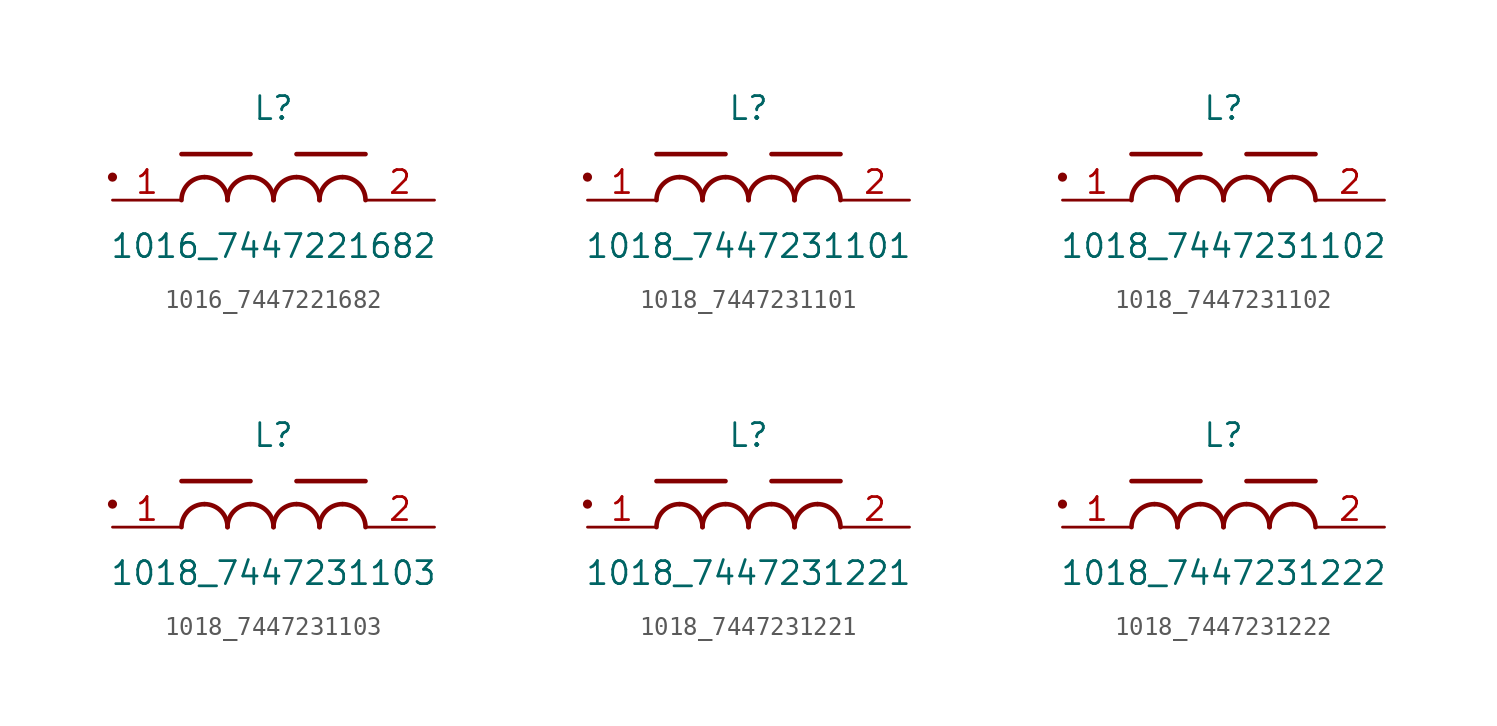
<source format=kicad_sym>
(kicad_symbol_lib
  (version 20211014)
  (generator kicad_symbol_editor)
  (symbol "Inductor_Wurth_WE-TI:1016_7447221682"
    (pin_names hide)
    (property "Reference" "L"
      (at 0 5.08 0)
      (effects (font (size 1.27 1.27))))
    (property "Value" "1016_7447221682"
      (at 0 -2.54 0)
      (effects (font (size 1.27 1.27))))
    (symbol "1016_7447221682_0_1"
      (circle (center -8.89 1.27) (radius 0.0001) (stroke (width 0.254)) (stroke (width 0.254) (type default) (color 0 0 0 0)) (fill (type none)))
      (arc (start -3.81 1.27) (mid -4.708 0.898) (end -5.08 0) (stroke (width 0.254) (type default) (color 0 0 0 0)) (fill (type none)))
      (arc (start -2.54 0) (mid -2.912 0.898) (end -3.81 1.27) (stroke (width 0.254) (type default) (color 0 0 0 0)) (fill (type none)))
      (arc (start -1.2699 1.2701) (mid -2.1679 0.8981) (end -2.5399 0.0001) (stroke (width 0.254) (type default) (color 0 0 0 0)) (fill (type none)))
      (polyline (pts (xy -5.08 2.54) (xy -1.27 2.54)) (stroke (width 0.254) (type default) (color 0 0 0 0)) (fill (type none)))
      (polyline (pts (xy 5.08 2.54) (xy 1.27 2.54)) (stroke (width 0.254) (type default) (color 0 0 0 0)) (fill (type none)))
      (arc (start 0.0001 0.0001) (mid -0.3719 0.8981) (end -1.2699 1.2701) (stroke (width 0.254) (type default) (color 0 0 0 0)) (fill (type none)))
      (arc (start 1.2701 1.2701) (mid 0.3721 0.8981) (end 0.0001 0.0001) (stroke (width 0.254) (type default) (color 0 0 0 0)) (fill (type none)))
      (arc (start 2.5401 0.0001) (mid 2.1681 0.8981) (end 1.2701 1.2701) (stroke (width 0.254) (type default) (color 0 0 0 0)) (fill (type none)))
      (arc (start 3.8101 1.2701) (mid 2.9121 0.8981) (end 2.5401 0.0001) (stroke (width 0.254) (type default) (color 0 0 0 0)) (fill (type none)))
      (arc (start 5.0801 0.0001) (mid 4.7081 0.8981) (end 3.8101 1.2701) (stroke (width 0.254) (type default) (color 0 0 0 0)) (fill (type none))))
    (symbol "1016_7447221682_1_1"
      (pin passive line (at -8.89 0 0) (length 3.81) (name "1" (effects (font (size 1.27 1.27)))) (number "1" (effects (font (size 1.27 1.27)))))
      (pin passive line (at 8.89 0 180) (length 3.81) (name "2" (effects (font (size 1.27 1.27)))) (number "2" (effects (font (size 1.27 1.27)))))))
  (symbol "Inductor_Wurth_WE-TI:1018_7447231101"
    (pin_names hide)
    (property "Reference" "L"
      (at 0 5.08 0)
      (effects (font (size 1.27 1.27))))
    (property "Value" "1018_7447231101"
      (at 0 -2.54 0)
      (effects (font (size 1.27 1.27))))
    (symbol "1018_7447231101_0_1"
      (circle (center -8.89 1.27) (radius 0.0001) (stroke (width 0.254)) (stroke (width 0.254) (type default) (color 0 0 0 0)) (fill (type none)))
      (arc (start -3.81 1.27) (mid -4.708 0.898) (end -5.08 0) (stroke (width 0.254) (type default) (color 0 0 0 0)) (fill (type none)))
      (arc (start -2.54 0) (mid -2.912 0.898) (end -3.81 1.27) (stroke (width 0.254) (type default) (color 0 0 0 0)) (fill (type none)))
      (arc (start -1.2699 1.2701) (mid -2.1679 0.8981) (end -2.5399 0.0001) (stroke (width 0.254) (type default) (color 0 0 0 0)) (fill (type none)))
      (polyline (pts (xy -5.08 2.54) (xy -1.27 2.54)) (stroke (width 0.254) (type default) (color 0 0 0 0)) (fill (type none)))
      (polyline (pts (xy 5.08 2.54) (xy 1.27 2.54)) (stroke (width 0.254) (type default) (color 0 0 0 0)) (fill (type none)))
      (arc (start 0.0001 0.0001) (mid -0.3719 0.8981) (end -1.2699 1.2701) (stroke (width 0.254) (type default) (color 0 0 0 0)) (fill (type none)))
      (arc (start 1.2701 1.2701) (mid 0.3721 0.8981) (end 0.0001 0.0001) (stroke (width 0.254) (type default) (color 0 0 0 0)) (fill (type none)))
      (arc (start 2.5401 0.0001) (mid 2.1681 0.8981) (end 1.2701 1.2701) (stroke (width 0.254) (type default) (color 0 0 0 0)) (fill (type none)))
      (arc (start 3.8101 1.2701) (mid 2.9121 0.8981) (end 2.5401 0.0001) (stroke (width 0.254) (type default) (color 0 0 0 0)) (fill (type none)))
      (arc (start 5.0801 0.0001) (mid 4.7081 0.8981) (end 3.8101 1.2701) (stroke (width 0.254) (type default) (color 0 0 0 0)) (fill (type none))))
    (symbol "1018_7447231101_1_1"
      (pin passive line (at -8.89 0 0) (length 3.81) (name "1" (effects (font (size 1.27 1.27)))) (number "1" (effects (font (size 1.27 1.27)))))
      (pin passive line (at 8.89 0 180) (length 3.81) (name "2" (effects (font (size 1.27 1.27)))) (number "2" (effects (font (size 1.27 1.27)))))))
  (symbol "Inductor_Wurth_WE-TI:1018_7447231102"
    (pin_names hide)
    (property "Reference" "L"
      (at 0 5.08 0)
      (effects (font (size 1.27 1.27))))
    (property "Value" "1018_7447231102"
      (at 0 -2.54 0)
      (effects (font (size 1.27 1.27))))
    (symbol "1018_7447231102_0_1"
      (circle (center -8.89 1.27) (radius 0.0001) (stroke (width 0.254)) (stroke (width 0.254) (type default) (color 0 0 0 0)) (fill (type none)))
      (arc (start -3.81 1.27) (mid -4.708 0.898) (end -5.08 0) (stroke (width 0.254) (type default) (color 0 0 0 0)) (fill (type none)))
      (arc (start -2.54 0) (mid -2.912 0.898) (end -3.81 1.27) (stroke (width 0.254) (type default) (color 0 0 0 0)) (fill (type none)))
      (arc (start -1.2699 1.2701) (mid -2.1679 0.8981) (end -2.5399 0.0001) (stroke (width 0.254) (type default) (color 0 0 0 0)) (fill (type none)))
      (polyline (pts (xy -5.08 2.54) (xy -1.27 2.54)) (stroke (width 0.254) (type default) (color 0 0 0 0)) (fill (type none)))
      (polyline (pts (xy 5.08 2.54) (xy 1.27 2.54)) (stroke (width 0.254) (type default) (color 0 0 0 0)) (fill (type none)))
      (arc (start 0.0001 0.0001) (mid -0.3719 0.8981) (end -1.2699 1.2701) (stroke (width 0.254) (type default) (color 0 0 0 0)) (fill (type none)))
      (arc (start 1.2701 1.2701) (mid 0.3721 0.8981) (end 0.0001 0.0001) (stroke (width 0.254) (type default) (color 0 0 0 0)) (fill (type none)))
      (arc (start 2.5401 0.0001) (mid 2.1681 0.8981) (end 1.2701 1.2701) (stroke (width 0.254) (type default) (color 0 0 0 0)) (fill (type none)))
      (arc (start 3.8101 1.2701) (mid 2.9121 0.8981) (end 2.5401 0.0001) (stroke (width 0.254) (type default) (color 0 0 0 0)) (fill (type none)))
      (arc (start 5.0801 0.0001) (mid 4.7081 0.8981) (end 3.8101 1.2701) (stroke (width 0.254) (type default) (color 0 0 0 0)) (fill (type none))))
    (symbol "1018_7447231102_1_1"
      (pin passive line (at -8.89 0 0) (length 3.81) (name "1" (effects (font (size 1.27 1.27)))) (number "1" (effects (font (size 1.27 1.27)))))
      (pin passive line (at 8.89 0 180) (length 3.81) (name "2" (effects (font (size 1.27 1.27)))) (number "2" (effects (font (size 1.27 1.27)))))))
  (symbol "Inductor_Wurth_WE-TI:1018_7447231103"
    (pin_names hide)
    (property "Reference" "L"
      (at 0 5.08 0)
      (effects (font (size 1.27 1.27))))
    (property "Value" "1018_7447231103"
      (at 0 -2.54 0)
      (effects (font (size 1.27 1.27))))
    (symbol "1018_7447231103_0_1"
      (circle (center -8.89 1.27) (radius 0.0001) (stroke (width 0.254)) (stroke (width 0.254) (type default) (color 0 0 0 0)) (fill (type none)))
      (arc (start -3.81 1.27) (mid -4.708 0.898) (end -5.08 0) (stroke (width 0.254) (type default) (color 0 0 0 0)) (fill (type none)))
      (arc (start -2.54 0) (mid -2.912 0.898) (end -3.81 1.27) (stroke (width 0.254) (type default) (color 0 0 0 0)) (fill (type none)))
      (arc (start -1.2699 1.2701) (mid -2.1679 0.8981) (end -2.5399 0.0001) (stroke (width 0.254) (type default) (color 0 0 0 0)) (fill (type none)))
      (polyline (pts (xy -5.08 2.54) (xy -1.27 2.54)) (stroke (width 0.254) (type default) (color 0 0 0 0)) (fill (type none)))
      (polyline (pts (xy 5.08 2.54) (xy 1.27 2.54)) (stroke (width 0.254) (type default) (color 0 0 0 0)) (fill (type none)))
      (arc (start 0.0001 0.0001) (mid -0.3719 0.8981) (end -1.2699 1.2701) (stroke (width 0.254) (type default) (color 0 0 0 0)) (fill (type none)))
      (arc (start 1.2701 1.2701) (mid 0.3721 0.8981) (end 0.0001 0.0001) (stroke (width 0.254) (type default) (color 0 0 0 0)) (fill (type none)))
      (arc (start 2.5401 0.0001) (mid 2.1681 0.8981) (end 1.2701 1.2701) (stroke (width 0.254) (type default) (color 0 0 0 0)) (fill (type none)))
      (arc (start 3.8101 1.2701) (mid 2.9121 0.8981) (end 2.5401 0.0001) (stroke (width 0.254) (type default) (color 0 0 0 0)) (fill (type none)))
      (arc (start 5.0801 0.0001) (mid 4.7081 0.8981) (end 3.8101 1.2701) (stroke (width 0.254) (type default) (color 0 0 0 0)) (fill (type none))))
    (symbol "1018_7447231103_1_1"
      (pin passive line (at -8.89 0 0) (length 3.81) (name "1" (effects (font (size 1.27 1.27)))) (number "1" (effects (font (size 1.27 1.27)))))
      (pin passive line (at 8.89 0 180) (length 3.81) (name "2" (effects (font (size 1.27 1.27)))) (number "2" (effects (font (size 1.27 1.27)))))))
  (symbol "Inductor_Wurth_WE-TI:1018_7447231221"
    (pin_names hide)
    (property "Reference" "L"
      (at 0 5.08 0)
      (effects (font (size 1.27 1.27))))
    (property "Value" "1018_7447231221"
      (at 0 -2.54 0)
      (effects (font (size 1.27 1.27))))
    (symbol "1018_7447231221_0_1"
      (circle (center -8.89 1.27) (radius 0.0001) (stroke (width 0.254)) (stroke (width 0.254) (type default) (color 0 0 0 0)) (fill (type none)))
      (arc (start -3.81 1.27) (mid -4.708 0.898) (end -5.08 0) (stroke (width 0.254) (type default) (color 0 0 0 0)) (fill (type none)))
      (arc (start -2.54 0) (mid -2.912 0.898) (end -3.81 1.27) (stroke (width 0.254) (type default) (color 0 0 0 0)) (fill (type none)))
      (arc (start -1.2699 1.2701) (mid -2.1679 0.8981) (end -2.5399 0.0001) (stroke (width 0.254) (type default) (color 0 0 0 0)) (fill (type none)))
      (polyline (pts (xy -5.08 2.54) (xy -1.27 2.54)) (stroke (width 0.254) (type default) (color 0 0 0 0)) (fill (type none)))
      (polyline (pts (xy 5.08 2.54) (xy 1.27 2.54)) (stroke (width 0.254) (type default) (color 0 0 0 0)) (fill (type none)))
      (arc (start 0.0001 0.0001) (mid -0.3719 0.8981) (end -1.2699 1.2701) (stroke (width 0.254) (type default) (color 0 0 0 0)) (fill (type none)))
      (arc (start 1.2701 1.2701) (mid 0.3721 0.8981) (end 0.0001 0.0001) (stroke (width 0.254) (type default) (color 0 0 0 0)) (fill (type none)))
      (arc (start 2.5401 0.0001) (mid 2.1681 0.8981) (end 1.2701 1.2701) (stroke (width 0.254) (type default) (color 0 0 0 0)) (fill (type none)))
      (arc (start 3.8101 1.2701) (mid 2.9121 0.8981) (end 2.5401 0.0001) (stroke (width 0.254) (type default) (color 0 0 0 0)) (fill (type none)))
      (arc (start 5.0801 0.0001) (mid 4.7081 0.8981) (end 3.8101 1.2701) (stroke (width 0.254) (type default) (color 0 0 0 0)) (fill (type none))))
    (symbol "1018_7447231221_1_1"
      (pin passive line (at -8.89 0 0) (length 3.81) (name "1" (effects (font (size 1.27 1.27)))) (number "1" (effects (font (size 1.27 1.27)))))
      (pin passive line (at 8.89 0 180) (length 3.81) (name "2" (effects (font (size 1.27 1.27)))) (number "2" (effects (font (size 1.27 1.27)))))))
  (symbol "Inductor_Wurth_WE-TI:1018_7447231222"
    (pin_names hide)
    (property "Reference" "L"
      (at 0 5.08 0)
      (effects (font (size 1.27 1.27))))
    (property "Value" "1018_7447231222"
      (at 0 -2.54 0)
      (effects (font (size 1.27 1.27))))
    (symbol "1018_7447231222_0_1"
      (circle (center -8.89 1.27) (radius 0.0001) (stroke (width 0.254)) (stroke (width 0.254) (type default) (color 0 0 0 0)) (fill (type none)))
      (arc (start -3.81 1.27) (mid -4.708 0.898) (end -5.08 0) (stroke (width 0.254) (type default) (color 0 0 0 0)) (fill (type none)))
      (arc (start -2.54 0) (mid -2.912 0.898) (end -3.81 1.27) (stroke (width 0.254) (type default) (color 0 0 0 0)) (fill (type none)))
      (arc (start -1.2699 1.2701) (mid -2.1679 0.8981) (end -2.5399 0.0001) (stroke (width 0.254) (type default) (color 0 0 0 0)) (fill (type none)))
      (polyline (pts (xy -5.08 2.54) (xy -1.27 2.54)) (stroke (width 0.254) (type default) (color 0 0 0 0)) (fill (type none)))
      (polyline (pts (xy 5.08 2.54) (xy 1.27 2.54)) (stroke (width 0.254) (type default) (color 0 0 0 0)) (fill (type none)))
      (arc (start 0.0001 0.0001) (mid -0.3719 0.8981) (end -1.2699 1.2701) (stroke (width 0.254) (type default) (color 0 0 0 0)) (fill (type none)))
      (arc (start 1.2701 1.2701) (mid 0.3721 0.8981) (end 0.0001 0.0001) (stroke (width 0.254) (type default) (color 0 0 0 0)) (fill (type none)))
      (arc (start 2.5401 0.0001) (mid 2.1681 0.8981) (end 1.2701 1.2701) (stroke (width 0.254) (type default) (color 0 0 0 0)) (fill (type none)))
      (arc (start 3.8101 1.2701) (mid 2.9121 0.8981) (end 2.5401 0.0001) (stroke (width 0.254) (type default) (color 0 0 0 0)) (fill (type none)))
      (arc (start 5.0801 0.0001) (mid 4.7081 0.8981) (end 3.8101 1.2701) (stroke (width 0.254) (type default) (color 0 0 0 0)) (fill (type none))))
    (symbol "1018_7447231222_1_1"
      (pin passive line (at -8.89 0 0) (length 3.81) (name "1" (effects (font (size 1.27 1.27)))) (number "1" (effects (font (size 1.27 1.27)))))
      (pin passive line (at 8.89 0 180) (length 3.81) (name "2" (effects (font (size 1.27 1.27)))) (number "2" (effects (font (size 1.27 1.27))))))))
</source>
